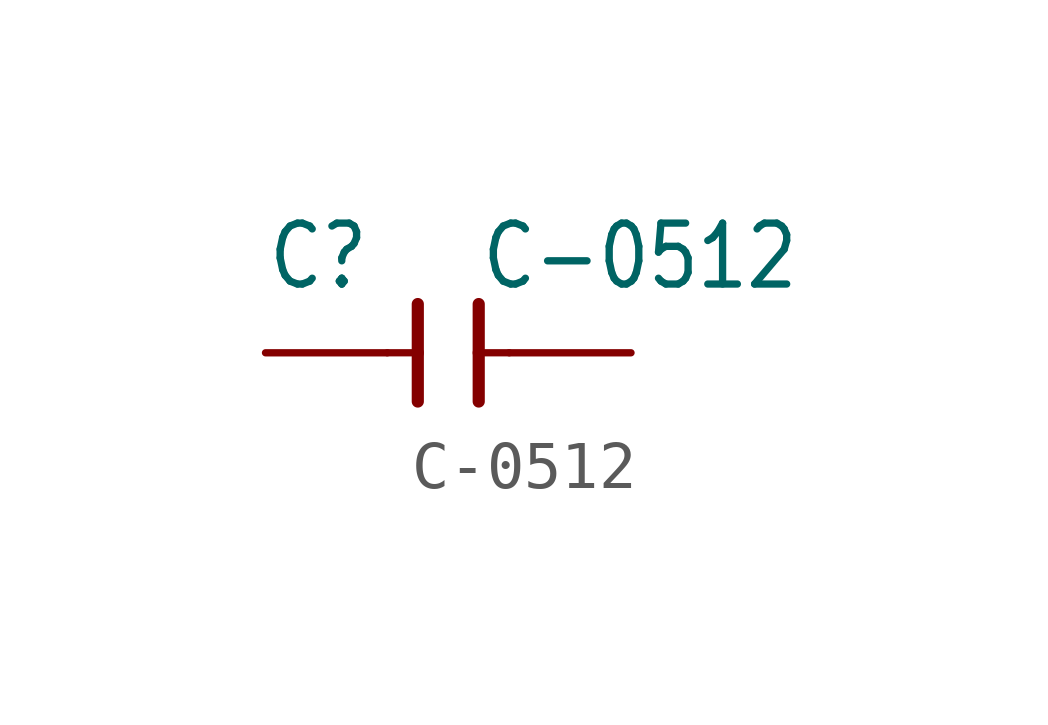
<source format=kicad_sym>
(kicad_symbol_lib
  (version 20211014)
  (generator kicad_symbol_editor)
  (symbol "C-0512"
    (property "Reference" "C"
      (at -3.81 1.27 0)
      (effects (font (size 1.27 1.079)) (justify left bottom)))
    (property "Value" "C-0512"
      (at 0.635 1.27 0)
      (effects (font (size 1.27 1.079)) (justify left bottom)))
    (property "ki_locked" ""
      (at 0 0 0)
      (effects (font (size 1.27 1.27))))
    (symbol "C-0512_1_0"
      (polyline (pts (xy -1.27 0) (xy -0.635 0)) (stroke (width 0.152) (type default) (color 0 0 0 0)) (fill (type none)))
      (polyline (pts (xy -0.635 -1.016) (xy -0.635 0)) (stroke (width 0.254) (type default) (color 0 0 0 0)) (fill (type none)))
      (polyline (pts (xy -0.635 0) (xy -0.635 1.016)) (stroke (width 0.254) (type default) (color 0 0 0 0)) (fill (type none)))
      (polyline (pts (xy 0.635 0) (xy 0.635 -1.016)) (stroke (width 0.254) (type default) (color 0 0 0 0)) (fill (type none)))
      (polyline (pts (xy 0.635 0) (xy 1.27 0)) (stroke (width 0.152) (type default) (color 0 0 0 0)) (fill (type none)))
      (polyline (pts (xy 0.635 1.016) (xy 0.635 0)) (stroke (width 0.254) (type default) (color 0 0 0 0)) (fill (type none)))
      (pin passive line (at -3.81 0 0) (length 2.54) (name "1" (effects (font (size 0 0)))) (number "P$1" (effects (font (size 0 0)))))
      (pin passive line (at 3.81 0 180) (length 2.54) (name "2" (effects (font (size 0 0)))) (number "P$2" (effects (font (size 0 0))))))))
</source>
